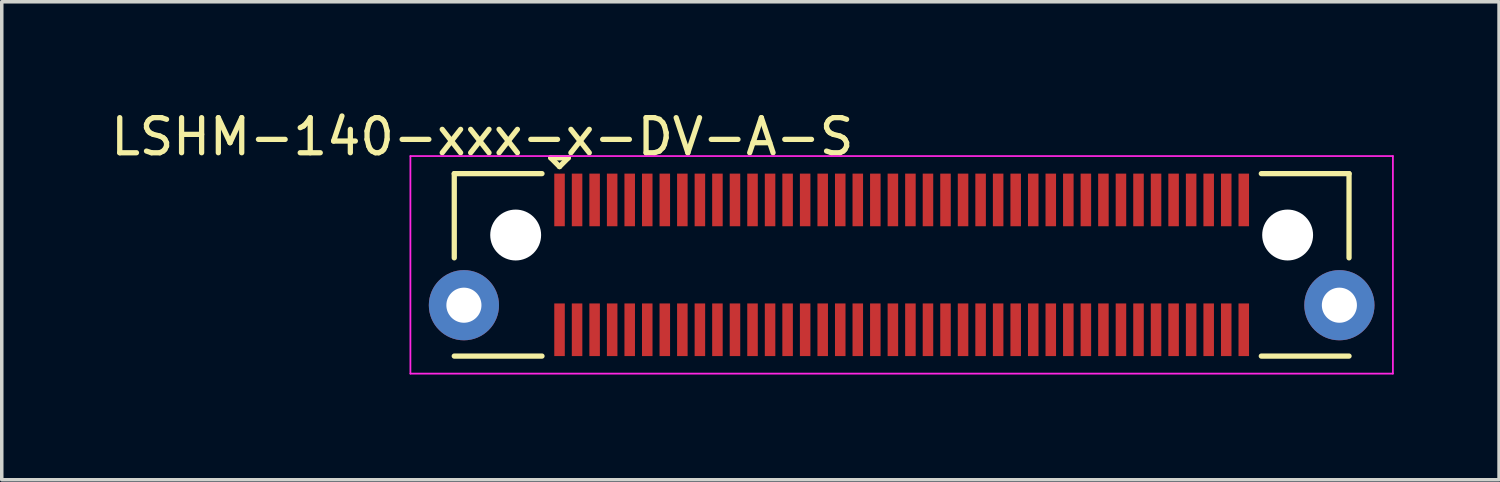
<source format=kicad_pcb>
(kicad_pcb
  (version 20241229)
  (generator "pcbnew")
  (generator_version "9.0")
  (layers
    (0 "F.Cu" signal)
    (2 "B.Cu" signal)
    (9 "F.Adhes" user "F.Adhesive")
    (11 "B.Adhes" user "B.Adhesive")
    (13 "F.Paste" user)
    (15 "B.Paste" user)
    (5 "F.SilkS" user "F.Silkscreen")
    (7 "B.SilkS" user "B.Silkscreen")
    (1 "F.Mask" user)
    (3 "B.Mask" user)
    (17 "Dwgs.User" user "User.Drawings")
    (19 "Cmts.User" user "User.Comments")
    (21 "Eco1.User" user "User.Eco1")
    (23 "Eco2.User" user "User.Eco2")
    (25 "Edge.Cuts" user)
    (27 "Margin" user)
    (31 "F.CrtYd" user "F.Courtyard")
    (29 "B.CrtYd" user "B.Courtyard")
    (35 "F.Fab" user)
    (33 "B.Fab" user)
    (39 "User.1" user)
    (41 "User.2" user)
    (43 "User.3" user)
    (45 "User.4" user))
  (footprint "LSHM-140-xxx-x-DV-A-S"
    (layer "F.Cu")
    (at 22.646 4.498)
    (property "Reference" "LSHM-140-xxx-x-DV-A-S" (at -11.95 -3.65 0) (layer "F.SilkS") (effects (font (size 1 1) (thickness 0.15))))
    (attr smd)
    (fp_line (start -12.75 -2.6) (end -10.25 -2.6) (stroke (width 0.15) (type solid)) (layer "F.SilkS"))
    (fp_line (start -12.75 -0.2) (end -12.75 -2.6) (stroke (width 0.15) (type solid)) (layer "F.SilkS"))
    (fp_line (start -12.75 2.6) (end -10.25 2.6) (stroke (width 0.15) (type solid)) (layer "F.SilkS"))
    (fp_line (start -10 -3.05) (end -9.75 -2.8) (stroke (width 0.15) (type solid)) (layer "F.SilkS"))
    (fp_line (start -9.75 -2.8) (end -9.5 -3.05) (stroke (width 0.15) (type solid)) (layer "F.SilkS"))
    (fp_line (start -9.5 -3.05) (end -10 -3.05) (stroke (width 0.15) (type solid)) (layer "F.SilkS"))
    (fp_line (start 12.75 -2.6) (end 10.25 -2.6) (stroke (width 0.15) (type solid)) (layer "F.SilkS"))
    (fp_line (start 12.75 -0.2) (end 12.75 -2.6) (stroke (width 0.15) (type solid)) (layer "F.SilkS"))
    (fp_line (start 12.75 2.6) (end 10.25 2.6) (stroke (width 0.15) (type solid)) (layer "F.SilkS"))
    (fp_line (start -14 -3.1) (end 14 -3.1) (stroke (width 0.05) (type solid)) (layer "F.CrtYd"))
    (fp_line (start -14 3.1) (end -14 -3.1) (stroke (width 0.05) (type solid)) (layer "F.CrtYd"))
    (fp_line (start -14 3.1) (end 14 3.1) (stroke (width 0.05) (type solid)) (layer "F.CrtYd"))
    (fp_line (start 14 3.1) (end 14 -3.1) (stroke (width 0.05) (type solid)) (layer "F.CrtYd"))
    (pad "" np_thru_hole circle (at -11 -0.85) (size 1.45 1.45) (drill 1.45) (layers "*.Cu" "*.Mask"))
    (pad "" np_thru_hole circle (at 11 -0.85) (size 1.45 1.45) (drill 1.45) (layers "*.Cu" "*.Mask"))
    (pad "1" smd rect (at -9.75 -1.85) (size 0.3 1.5) (layers "F.Cu" "F.Mask" "F.Paste"))
    (pad "2" smd rect (at -9.75 1.85) (size 0.3 1.5) (layers "F.Cu" "F.Mask" "F.Paste"))
    (pad "3" smd rect (at -9.25 -1.85) (size 0.3 1.5) (layers "F.Cu" "F.Mask" "F.Paste"))
    (pad "4" smd rect (at -9.25 1.85) (size 0.3 1.5) (layers "F.Cu" "F.Mask" "F.Paste"))
    (pad "5" smd rect (at -8.75 -1.85) (size 0.3 1.5) (layers "F.Cu" "F.Mask" "F.Paste"))
    (pad "6" smd rect (at -8.75 1.85) (size 0.3 1.5) (layers "F.Cu" "F.Mask" "F.Paste"))
    (pad "7" smd rect (at -8.25 -1.85) (size 0.3 1.5) (layers "F.Cu" "F.Mask" "F.Paste"))
    (pad "8" smd rect (at -8.25 1.85) (size 0.3 1.5) (layers "F.Cu" "F.Mask" "F.Paste"))
    (pad "9" smd rect (at -7.75 -1.85) (size 0.3 1.5) (layers "F.Cu" "F.Mask" "F.Paste"))
    (pad "10" smd rect (at -7.75 1.85) (size 0.3 1.5) (layers "F.Cu" "F.Mask" "F.Paste"))
    (pad "11" smd rect (at -7.25 -1.85) (size 0.3 1.5) (layers "F.Cu" "F.Mask" "F.Paste"))
    (pad "12" smd rect (at -7.25 1.85) (size 0.3 1.5) (layers "F.Cu" "F.Mask" "F.Paste"))
    (pad "13" smd rect (at -6.75 -1.85) (size 0.3 1.5) (layers "F.Cu" "F.Mask" "F.Paste"))
    (pad "14" smd rect (at -6.75 1.85) (size 0.3 1.5) (layers "F.Cu" "F.Mask" "F.Paste"))
    (pad "15" smd rect (at -6.25 -1.85) (size 0.3 1.5) (layers "F.Cu" "F.Mask" "F.Paste"))
    (pad "16" smd rect (at -6.25 1.85) (size 0.3 1.5) (layers "F.Cu" "F.Mask" "F.Paste"))
    (pad "17" smd rect (at -5.75 -1.85) (size 0.3 1.5) (layers "F.Cu" "F.Mask" "F.Paste"))
    (pad "18" smd rect (at -5.75 1.85) (size 0.3 1.5) (layers "F.Cu" "F.Mask" "F.Paste"))
    (pad "19" smd rect (at -5.25 -1.85) (size 0.3 1.5) (layers "F.Cu" "F.Mask" "F.Paste"))
    (pad "20" smd rect (at -5.25 1.85) (size 0.3 1.5) (layers "F.Cu" "F.Mask" "F.Paste"))
    (pad "21" smd rect (at -4.75 -1.85) (size 0.3 1.5) (layers "F.Cu" "F.Mask" "F.Paste"))
    (pad "22" smd rect (at -4.75 1.85) (size 0.3 1.5) (layers "F.Cu" "F.Mask" "F.Paste"))
    (pad "23" smd rect (at -4.25 -1.85) (size 0.3 1.5) (layers "F.Cu" "F.Mask" "F.Paste"))
    (pad "24" smd rect (at -4.25 1.85) (size 0.3 1.5) (layers "F.Cu" "F.Mask" "F.Paste"))
    (pad "25" smd rect (at -3.75 -1.85) (size 0.3 1.5) (layers "F.Cu" "F.Mask" "F.Paste"))
    (pad "26" smd rect (at -3.75 1.85) (size 0.3 1.5) (layers "F.Cu" "F.Mask" "F.Paste"))
    (pad "27" smd rect (at -3.25 -1.85) (size 0.3 1.5) (layers "F.Cu" "F.Mask" "F.Paste"))
    (pad "28" smd rect (at -3.25 1.85) (size 0.3 1.5) (layers "F.Cu" "F.Mask" "F.Paste"))
    (pad "29" smd rect (at -2.75 -1.85) (size 0.3 1.5) (layers "F.Cu" "F.Mask" "F.Paste"))
    (pad "30" smd rect (at -2.75 1.85) (size 0.3 1.5) (layers "F.Cu" "F.Mask" "F.Paste"))
    (pad "31" smd rect (at -2.25 -1.85) (size 0.3 1.5) (layers "F.Cu" "F.Mask" "F.Paste"))
    (pad "32" smd rect (at -2.25 1.85) (size 0.3 1.5) (layers "F.Cu" "F.Mask" "F.Paste"))
    (pad "33" smd rect (at -1.75 -1.85) (size 0.3 1.5) (layers "F.Cu" "F.Mask" "F.Paste"))
    (pad "34" smd rect (at -1.75 1.85) (size 0.3 1.5) (layers "F.Cu" "F.Mask" "F.Paste"))
    (pad "35" smd rect (at -1.25 -1.85) (size 0.3 1.5) (layers "F.Cu" "F.Mask" "F.Paste"))
    (pad "36" smd rect (at -1.25 1.85) (size 0.3 1.5) (layers "F.Cu" "F.Mask" "F.Paste"))
    (pad "37" smd rect (at -0.75 -1.85) (size 0.3 1.5) (layers "F.Cu" "F.Mask" "F.Paste"))
    (pad "38" smd rect (at -0.75 1.85) (size 0.3 1.5) (layers "F.Cu" "F.Mask" "F.Paste"))
    (pad "39" smd rect (at -0.25 -1.85) (size 0.3 1.5) (layers "F.Cu" "F.Mask" "F.Paste"))
    (pad "40" smd rect (at -0.25 1.85) (size 0.3 1.5) (layers "F.Cu" "F.Mask" "F.Paste"))
    (pad "41" smd rect (at 0.25 -1.85) (size 0.3 1.5) (layers "F.Cu" "F.Mask" "F.Paste"))
    (pad "42" smd rect (at 0.25 1.85) (size 0.3 1.5) (layers "F.Cu" "F.Mask" "F.Paste"))
    (pad "43" smd rect (at 0.75 -1.85) (size 0.3 1.5) (layers "F.Cu" "F.Mask" "F.Paste"))
    (pad "44" smd rect (at 0.75 1.85) (size 0.3 1.5) (layers "F.Cu" "F.Mask" "F.Paste"))
    (pad "45" smd rect (at 1.25 -1.85) (size 0.3 1.5) (layers "F.Cu" "F.Mask" "F.Paste"))
    (pad "46" smd rect (at 1.25 1.85) (size 0.3 1.5) (layers "F.Cu" "F.Mask" "F.Paste"))
    (pad "47" smd rect (at 1.75 -1.85) (size 0.3 1.5) (layers "F.Cu" "F.Mask" "F.Paste"))
    (pad "48" smd rect (at 1.75 1.85) (size 0.3 1.5) (layers "F.Cu" "F.Mask" "F.Paste"))
    (pad "49" smd rect (at 2.25 -1.85) (size 0.3 1.5) (layers "F.Cu" "F.Mask" "F.Paste"))
    (pad "50" smd rect (at 2.25 1.85) (size 0.3 1.5) (layers "F.Cu" "F.Mask" "F.Paste"))
    (pad "51" smd rect (at 2.75 -1.85) (size 0.3 1.5) (layers "F.Cu" "F.Mask" "F.Paste"))
    (pad "52" smd rect (at 2.75 1.85) (size 0.3 1.5) (layers "F.Cu" "F.Mask" "F.Paste"))
    (pad "53" smd rect (at 3.25 -1.85) (size 0.3 1.5) (layers "F.Cu" "F.Mask" "F.Paste"))
    (pad "54" smd rect (at 3.25 1.85) (size 0.3 1.5) (layers "F.Cu" "F.Mask" "F.Paste"))
    (pad "55" smd rect (at 3.75 -1.85) (size 0.3 1.5) (layers "F.Cu" "F.Mask" "F.Paste"))
    (pad "56" smd rect (at 3.75 1.85) (size 0.3 1.5) (layers "F.Cu" "F.Mask" "F.Paste"))
    (pad "57" smd rect (at 4.25 -1.85) (size 0.3 1.5) (layers "F.Cu" "F.Mask" "F.Paste"))
    (pad "58" smd rect (at 4.25 1.85) (size 0.3 1.5) (layers "F.Cu" "F.Mask" "F.Paste"))
    (pad "59" smd rect (at 4.75 -1.85) (size 0.3 1.5) (layers "F.Cu" "F.Mask" "F.Paste"))
    (pad "60" smd rect (at 4.75 1.85) (size 0.3 1.5) (layers "F.Cu" "F.Mask" "F.Paste"))
    (pad "61" smd rect (at 5.25 -1.85) (size 0.3 1.5) (layers "F.Cu" "F.Mask" "F.Paste"))
    (pad "62" smd rect (at 5.25 1.85) (size 0.3 1.5) (layers "F.Cu" "F.Mask" "F.Paste"))
    (pad "63" smd rect (at 5.75 -1.85) (size 0.3 1.5) (layers "F.Cu" "F.Mask" "F.Paste"))
    (pad "64" smd rect (at 5.75 1.85) (size 0.3 1.5) (layers "F.Cu" "F.Mask" "F.Paste"))
    (pad "65" smd rect (at 6.25 -1.85) (size 0.3 1.5) (layers "F.Cu" "F.Mask" "F.Paste"))
    (pad "66" smd rect (at 6.25 1.85) (size 0.3 1.5) (layers "F.Cu" "F.Mask" "F.Paste"))
    (pad "67" smd rect (at 6.75 -1.85) (size 0.3 1.5) (layers "F.Cu" "F.Mask" "F.Paste"))
    (pad "68" smd rect (at 6.75 1.85) (size 0.3 1.5) (layers "F.Cu" "F.Mask" "F.Paste"))
    (pad "69" smd rect (at 7.25 -1.85) (size 0.3 1.5) (layers "F.Cu" "F.Mask" "F.Paste"))
    (pad "70" smd rect (at 7.25 1.85) (size 0.3 1.5) (layers "F.Cu" "F.Mask" "F.Paste"))
    (pad "71" smd rect (at 7.75 -1.85) (size 0.3 1.5) (layers "F.Cu" "F.Mask" "F.Paste"))
    (pad "72" smd rect (at 7.75 1.85) (size 0.3 1.5) (layers "F.Cu" "F.Mask" "F.Paste"))
    (pad "73" smd rect (at 8.25 -1.85) (size 0.3 1.5) (layers "F.Cu" "F.Mask" "F.Paste"))
    (pad "74" smd rect (at 8.25 1.85) (size 0.3 1.5) (layers "F.Cu" "F.Mask" "F.Paste"))
    (pad "75" smd rect (at 8.75 -1.85) (size 0.3 1.5) (layers "F.Cu" "F.Mask" "F.Paste"))
    (pad "76" smd rect (at 8.75 1.85) (size 0.3 1.5) (layers "F.Cu" "F.Mask" "F.Paste"))
    (pad "77" smd rect (at 9.25 -1.85) (size 0.3 1.5) (layers "F.Cu" "F.Mask" "F.Paste"))
    (pad "78" smd rect (at 9.25 1.85) (size 0.3 1.5) (layers "F.Cu" "F.Mask" "F.Paste"))
    (pad "79" smd rect (at 9.75 -1.85) (size 0.3 1.5) (layers "F.Cu" "F.Mask" "F.Paste"))
    (pad "80" smd rect (at 9.75 1.85) (size 0.3 1.5) (layers "F.Cu" "F.Mask" "F.Paste"))
    (pad "81" thru_hole circle (at -12.475 1.15) (size 2 2) (drill 1) (layers "*.Cu" "*.Mask"))
    (pad "81" thru_hole circle (at 12.475 1.15) (size 2 2) (drill 1) (layers "*.Cu" "*.Mask")))
  (gr_rect
    (start -3 -3)
    (end 39.671 10.623)
    (stroke (width 0.1) (type default))
    (fill no)
    (layer "Edge.Cuts")))
</source>
